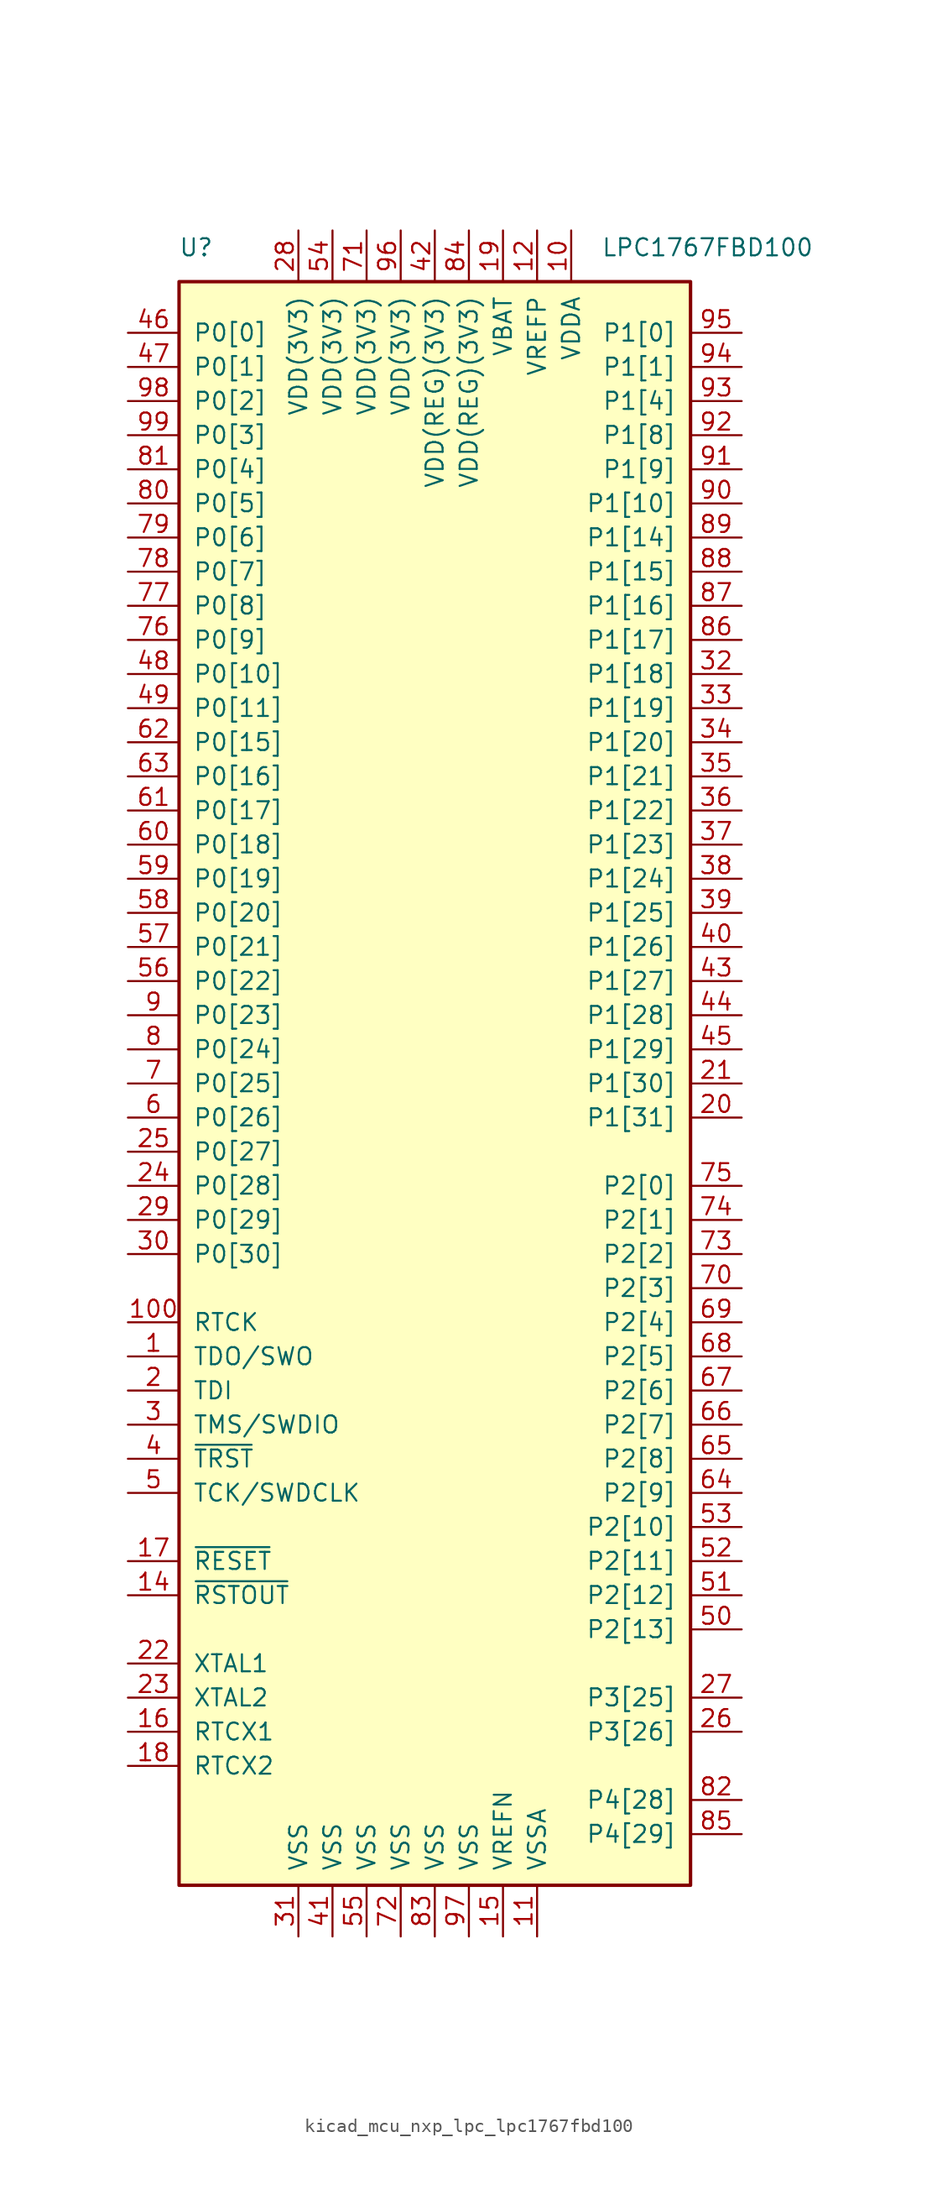
<source format=kicad_sym>
(kicad_symbol_lib
  (version 20220914)
  (generator kicad_symbol_editor)
  (symbol "kicad_mcu_nxp_lpc_lpc1767fbd100"
    (pin_names
      (offset 1.016))
    (property "Reference" "U"
      (at -17.78 62.23 0)
      (effects (font (size 1.27 1.27))))
    (property "Value" "LPC1767FBD100"
      (at 20.32 62.23 0)
      (effects (font (size 1.27 1.27))))
    (symbol "kicad_mcu_nxp_lpc_lpc1767fbd100_0_1"
      (rectangle (start -19.05 59.69) (end 19.05 -59.69) (stroke (width 0.254) (type default)) (fill (type background))))
    (symbol "kicad_mcu_nxp_lpc_lpc1767fbd100_1_1"
      (pin output line (at -22.86 -20.32 0) (length 3.81) (name "TDO/SWO" (effects (font (size 1.27 1.27)))) (number "1" (effects (font (size 1.27 1.27)))))
      (pin power_in line (at 10.16 63.5 270) (length 3.81) (name "VDDA" (effects (font (size 1.27 1.27)))) (number "10" (effects (font (size 1.27 1.27)))))
      (pin output line (at -22.86 -17.78 0) (length 3.81) (name "RTCK" (effects (font (size 1.27 1.27)))) (number "100" (effects (font (size 1.27 1.27)))))
      (pin power_in line (at 7.62 -63.5 90) (length 3.81) (name "VSSA" (effects (font (size 1.27 1.27)))) (number "11" (effects (font (size 1.27 1.27)))))
      (pin power_in line (at 7.62 63.5 270) (length 3.81) (name "VREFP" (effects (font (size 1.27 1.27)))) (number "12" (effects (font (size 1.27 1.27)))))
      (pin no_connect line (at -19.05 -55.88 0) (length 3.81) hide (name "NC" (effects (font (size 1.27 1.27)))) (number "13" (effects (font (size 1.27 1.27)))))
      (pin output line (at -22.86 -38.1 0) (length 3.81) (name "~{RSTOUT}" (effects (font (size 1.27 1.27)))) (number "14" (effects (font (size 1.27 1.27)))))
      (pin power_in line (at 5.08 -63.5 90) (length 3.81) (name "VREFN" (effects (font (size 1.27 1.27)))) (number "15" (effects (font (size 1.27 1.27)))))
      (pin input line (at -22.86 -48.26 0) (length 3.81) (name "RTCX1" (effects (font (size 1.27 1.27)))) (number "16" (effects (font (size 1.27 1.27)))))
      (pin input line (at -22.86 -35.56 0) (length 3.81) (name "~{RESET}" (effects (font (size 1.27 1.27)))) (number "17" (effects (font (size 1.27 1.27)))))
      (pin output line (at -22.86 -50.8 0) (length 3.81) (name "RTCX2" (effects (font (size 1.27 1.27)))) (number "18" (effects (font (size 1.27 1.27)))))
      (pin power_in line (at 5.08 63.5 270) (length 3.81) (name "VBAT" (effects (font (size 1.27 1.27)))) (number "19" (effects (font (size 1.27 1.27)))))
      (pin input line (at -22.86 -22.86 0) (length 3.81) (name "TDI" (effects (font (size 1.27 1.27)))) (number "2" (effects (font (size 1.27 1.27)))))
      (pin bidirectional line (at 22.86 -2.54 180) (length 3.81) (name "P1[31]" (effects (font (size 1.27 1.27)))) (number "20" (effects (font (size 1.27 1.27)))))
      (pin bidirectional line (at 22.86 0 180) (length 3.81) (name "P1[30]" (effects (font (size 1.27 1.27)))) (number "21" (effects (font (size 1.27 1.27)))))
      (pin input line (at -22.86 -43.18 0) (length 3.81) (name "XTAL1" (effects (font (size 1.27 1.27)))) (number "22" (effects (font (size 1.27 1.27)))))
      (pin output line (at -22.86 -45.72 0) (length 3.81) (name "XTAL2" (effects (font (size 1.27 1.27)))) (number "23" (effects (font (size 1.27 1.27)))))
      (pin bidirectional line (at -22.86 -7.62 0) (length 3.81) (name "P0[28]" (effects (font (size 1.27 1.27)))) (number "24" (effects (font (size 1.27 1.27)))))
      (pin bidirectional line (at -22.86 -5.08 0) (length 3.81) (name "P0[27]" (effects (font (size 1.27 1.27)))) (number "25" (effects (font (size 1.27 1.27)))))
      (pin bidirectional line (at 22.86 -48.26 180) (length 3.81) (name "P3[26]" (effects (font (size 1.27 1.27)))) (number "26" (effects (font (size 1.27 1.27)))))
      (pin bidirectional line (at 22.86 -45.72 180) (length 3.81) (name "P3[25]" (effects (font (size 1.27 1.27)))) (number "27" (effects (font (size 1.27 1.27)))))
      (pin power_in line (at -10.16 63.5 270) (length 3.81) (name "VDD(3V3)" (effects (font (size 1.27 1.27)))) (number "28" (effects (font (size 1.27 1.27)))))
      (pin bidirectional line (at -22.86 -10.16 0) (length 3.81) (name "P0[29]" (effects (font (size 1.27 1.27)))) (number "29" (effects (font (size 1.27 1.27)))))
      (pin bidirectional line (at -22.86 -25.4 0) (length 3.81) (name "TMS/SWDIO" (effects (font (size 1.27 1.27)))) (number "3" (effects (font (size 1.27 1.27)))))
      (pin bidirectional line (at -22.86 -12.7 0) (length 3.81) (name "P0[30]" (effects (font (size 1.27 1.27)))) (number "30" (effects (font (size 1.27 1.27)))))
      (pin power_in line (at -10.16 -63.5 90) (length 3.81) (name "VSS" (effects (font (size 1.27 1.27)))) (number "31" (effects (font (size 1.27 1.27)))))
      (pin bidirectional line (at 22.86 30.48 180) (length 3.81) (name "P1[18]" (effects (font (size 1.27 1.27)))) (number "32" (effects (font (size 1.27 1.27)))))
      (pin bidirectional line (at 22.86 27.94 180) (length 3.81) (name "P1[19]" (effects (font (size 1.27 1.27)))) (number "33" (effects (font (size 1.27 1.27)))))
      (pin bidirectional line (at 22.86 25.4 180) (length 3.81) (name "P1[20]" (effects (font (size 1.27 1.27)))) (number "34" (effects (font (size 1.27 1.27)))))
      (pin bidirectional line (at 22.86 22.86 180) (length 3.81) (name "P1[21]" (effects (font (size 1.27 1.27)))) (number "35" (effects (font (size 1.27 1.27)))))
      (pin bidirectional line (at 22.86 20.32 180) (length 3.81) (name "P1[22]" (effects (font (size 1.27 1.27)))) (number "36" (effects (font (size 1.27 1.27)))))
      (pin bidirectional line (at 22.86 17.78 180) (length 3.81) (name "P1[23]" (effects (font (size 1.27 1.27)))) (number "37" (effects (font (size 1.27 1.27)))))
      (pin bidirectional line (at 22.86 15.24 180) (length 3.81) (name "P1[24]" (effects (font (size 1.27 1.27)))) (number "38" (effects (font (size 1.27 1.27)))))
      (pin bidirectional line (at 22.86 12.7 180) (length 3.81) (name "P1[25]" (effects (font (size 1.27 1.27)))) (number "39" (effects (font (size 1.27 1.27)))))
      (pin input line (at -22.86 -27.94 0) (length 3.81) (name "~{TRST}" (effects (font (size 1.27 1.27)))) (number "4" (effects (font (size 1.27 1.27)))))
      (pin bidirectional line (at 22.86 10.16 180) (length 3.81) (name "P1[26]" (effects (font (size 1.27 1.27)))) (number "40" (effects (font (size 1.27 1.27)))))
      (pin power_in line (at -7.62 -63.5 90) (length 3.81) (name "VSS" (effects (font (size 1.27 1.27)))) (number "41" (effects (font (size 1.27 1.27)))))
      (pin power_in line (at 0 63.5 270) (length 3.81) (name "VDD(REG)(3V3)" (effects (font (size 1.27 1.27)))) (number "42" (effects (font (size 1.27 1.27)))))
      (pin bidirectional line (at 22.86 7.62 180) (length 3.81) (name "P1[27]" (effects (font (size 1.27 1.27)))) (number "43" (effects (font (size 1.27 1.27)))))
      (pin bidirectional line (at 22.86 5.08 180) (length 3.81) (name "P1[28]" (effects (font (size 1.27 1.27)))) (number "44" (effects (font (size 1.27 1.27)))))
      (pin bidirectional line (at 22.86 2.54 180) (length 3.81) (name "P1[29]" (effects (font (size 1.27 1.27)))) (number "45" (effects (font (size 1.27 1.27)))))
      (pin bidirectional line (at -22.86 55.88 0) (length 3.81) (name "P0[0]" (effects (font (size 1.27 1.27)))) (number "46" (effects (font (size 1.27 1.27)))))
      (pin bidirectional line (at -22.86 53.34 0) (length 3.81) (name "P0[1]" (effects (font (size 1.27 1.27)))) (number "47" (effects (font (size 1.27 1.27)))))
      (pin bidirectional line (at -22.86 30.48 0) (length 3.81) (name "P0[10]" (effects (font (size 1.27 1.27)))) (number "48" (effects (font (size 1.27 1.27)))))
      (pin bidirectional line (at -22.86 27.94 0) (length 3.81) (name "P0[11]" (effects (font (size 1.27 1.27)))) (number "49" (effects (font (size 1.27 1.27)))))
      (pin input line (at -22.86 -30.48 0) (length 3.81) (name "TCK/SWDCLK" (effects (font (size 1.27 1.27)))) (number "5" (effects (font (size 1.27 1.27)))))
      (pin bidirectional line (at 22.86 -40.64 180) (length 3.81) (name "P2[13]" (effects (font (size 1.27 1.27)))) (number "50" (effects (font (size 1.27 1.27)))))
      (pin bidirectional line (at 22.86 -38.1 180) (length 3.81) (name "P2[12]" (effects (font (size 1.27 1.27)))) (number "51" (effects (font (size 1.27 1.27)))))
      (pin bidirectional line (at 22.86 -35.56 180) (length 3.81) (name "P2[11]" (effects (font (size 1.27 1.27)))) (number "52" (effects (font (size 1.27 1.27)))))
      (pin bidirectional line (at 22.86 -33.02 180) (length 3.81) (name "P2[10]" (effects (font (size 1.27 1.27)))) (number "53" (effects (font (size 1.27 1.27)))))
      (pin power_in line (at -7.62 63.5 270) (length 3.81) (name "VDD(3V3)" (effects (font (size 1.27 1.27)))) (number "54" (effects (font (size 1.27 1.27)))))
      (pin power_in line (at -5.08 -63.5 90) (length 3.81) (name "VSS" (effects (font (size 1.27 1.27)))) (number "55" (effects (font (size 1.27 1.27)))))
      (pin bidirectional line (at -22.86 7.62 0) (length 3.81) (name "P0[22]" (effects (font (size 1.27 1.27)))) (number "56" (effects (font (size 1.27 1.27)))))
      (pin bidirectional line (at -22.86 10.16 0) (length 3.81) (name "P0[21]" (effects (font (size 1.27 1.27)))) (number "57" (effects (font (size 1.27 1.27)))))
      (pin bidirectional line (at -22.86 12.7 0) (length 3.81) (name "P0[20]" (effects (font (size 1.27 1.27)))) (number "58" (effects (font (size 1.27 1.27)))))
      (pin bidirectional line (at -22.86 15.24 0) (length 3.81) (name "P0[19]" (effects (font (size 1.27 1.27)))) (number "59" (effects (font (size 1.27 1.27)))))
      (pin bidirectional line (at -22.86 -2.54 0) (length 3.81) (name "P0[26]" (effects (font (size 1.27 1.27)))) (number "6" (effects (font (size 1.27 1.27)))))
      (pin bidirectional line (at -22.86 17.78 0) (length 3.81) (name "P0[18]" (effects (font (size 1.27 1.27)))) (number "60" (effects (font (size 1.27 1.27)))))
      (pin bidirectional line (at -22.86 20.32 0) (length 3.81) (name "P0[17]" (effects (font (size 1.27 1.27)))) (number "61" (effects (font (size 1.27 1.27)))))
      (pin bidirectional line (at -22.86 25.4 0) (length 3.81) (name "P0[15]" (effects (font (size 1.27 1.27)))) (number "62" (effects (font (size 1.27 1.27)))))
      (pin bidirectional line (at -22.86 22.86 0) (length 3.81) (name "P0[16]" (effects (font (size 1.27 1.27)))) (number "63" (effects (font (size 1.27 1.27)))))
      (pin bidirectional line (at 22.86 -30.48 180) (length 3.81) (name "P2[9]" (effects (font (size 1.27 1.27)))) (number "64" (effects (font (size 1.27 1.27)))))
      (pin bidirectional line (at 22.86 -27.94 180) (length 3.81) (name "P2[8]" (effects (font (size 1.27 1.27)))) (number "65" (effects (font (size 1.27 1.27)))))
      (pin bidirectional line (at 22.86 -25.4 180) (length 3.81) (name "P2[7]" (effects (font (size 1.27 1.27)))) (number "66" (effects (font (size 1.27 1.27)))))
      (pin bidirectional line (at 22.86 -22.86 180) (length 3.81) (name "P2[6]" (effects (font (size 1.27 1.27)))) (number "67" (effects (font (size 1.27 1.27)))))
      (pin bidirectional line (at 22.86 -20.32 180) (length 3.81) (name "P2[5]" (effects (font (size 1.27 1.27)))) (number "68" (effects (font (size 1.27 1.27)))))
      (pin bidirectional line (at 22.86 -17.78 180) (length 3.81) (name "P2[4]" (effects (font (size 1.27 1.27)))) (number "69" (effects (font (size 1.27 1.27)))))
      (pin bidirectional line (at -22.86 0 0) (length 3.81) (name "P0[25]" (effects (font (size 1.27 1.27)))) (number "7" (effects (font (size 1.27 1.27)))))
      (pin bidirectional line (at 22.86 -15.24 180) (length 3.81) (name "P2[3]" (effects (font (size 1.27 1.27)))) (number "70" (effects (font (size 1.27 1.27)))))
      (pin power_in line (at -5.08 63.5 270) (length 3.81) (name "VDD(3V3)" (effects (font (size 1.27 1.27)))) (number "71" (effects (font (size 1.27 1.27)))))
      (pin power_in line (at -2.54 -63.5 90) (length 3.81) (name "VSS" (effects (font (size 1.27 1.27)))) (number "72" (effects (font (size 1.27 1.27)))))
      (pin bidirectional line (at 22.86 -12.7 180) (length 3.81) (name "P2[2]" (effects (font (size 1.27 1.27)))) (number "73" (effects (font (size 1.27 1.27)))))
      (pin bidirectional line (at 22.86 -10.16 180) (length 3.81) (name "P2[1]" (effects (font (size 1.27 1.27)))) (number "74" (effects (font (size 1.27 1.27)))))
      (pin bidirectional line (at 22.86 -7.62 180) (length 3.81) (name "P2[0]" (effects (font (size 1.27 1.27)))) (number "75" (effects (font (size 1.27 1.27)))))
      (pin bidirectional line (at -22.86 33.02 0) (length 3.81) (name "P0[9]" (effects (font (size 1.27 1.27)))) (number "76" (effects (font (size 1.27 1.27)))))
      (pin bidirectional line (at -22.86 35.56 0) (length 3.81) (name "P0[8]" (effects (font (size 1.27 1.27)))) (number "77" (effects (font (size 1.27 1.27)))))
      (pin bidirectional line (at -22.86 38.1 0) (length 3.81) (name "P0[7]" (effects (font (size 1.27 1.27)))) (number "78" (effects (font (size 1.27 1.27)))))
      (pin bidirectional line (at -22.86 40.64 0) (length 3.81) (name "P0[6]" (effects (font (size 1.27 1.27)))) (number "79" (effects (font (size 1.27 1.27)))))
      (pin bidirectional line (at -22.86 2.54 0) (length 3.81) (name "P0[24]" (effects (font (size 1.27 1.27)))) (number "8" (effects (font (size 1.27 1.27)))))
      (pin bidirectional line (at -22.86 43.18 0) (length 3.81) (name "P0[5]" (effects (font (size 1.27 1.27)))) (number "80" (effects (font (size 1.27 1.27)))))
      (pin bidirectional line (at -22.86 45.72 0) (length 3.81) (name "P0[4]" (effects (font (size 1.27 1.27)))) (number "81" (effects (font (size 1.27 1.27)))))
      (pin bidirectional line (at 22.86 -53.34 180) (length 3.81) (name "P4[28]" (effects (font (size 1.27 1.27)))) (number "82" (effects (font (size 1.27 1.27)))))
      (pin power_in line (at 0 -63.5 90) (length 3.81) (name "VSS" (effects (font (size 1.27 1.27)))) (number "83" (effects (font (size 1.27 1.27)))))
      (pin power_in line (at 2.54 63.5 270) (length 3.81) (name "VDD(REG)(3V3)" (effects (font (size 1.27 1.27)))) (number "84" (effects (font (size 1.27 1.27)))))
      (pin bidirectional line (at 22.86 -55.88 180) (length 3.81) (name "P4[29]" (effects (font (size 1.27 1.27)))) (number "85" (effects (font (size 1.27 1.27)))))
      (pin bidirectional line (at 22.86 33.02 180) (length 3.81) (name "P1[17]" (effects (font (size 1.27 1.27)))) (number "86" (effects (font (size 1.27 1.27)))))
      (pin bidirectional line (at 22.86 35.56 180) (length 3.81) (name "P1[16]" (effects (font (size 1.27 1.27)))) (number "87" (effects (font (size 1.27 1.27)))))
      (pin bidirectional line (at 22.86 38.1 180) (length 3.81) (name "P1[15]" (effects (font (size 1.27 1.27)))) (number "88" (effects (font (size 1.27 1.27)))))
      (pin bidirectional line (at 22.86 40.64 180) (length 3.81) (name "P1[14]" (effects (font (size 1.27 1.27)))) (number "89" (effects (font (size 1.27 1.27)))))
      (pin bidirectional line (at -22.86 5.08 0) (length 3.81) (name "P0[23]" (effects (font (size 1.27 1.27)))) (number "9" (effects (font (size 1.27 1.27)))))
      (pin bidirectional line (at 22.86 43.18 180) (length 3.81) (name "P1[10]" (effects (font (size 1.27 1.27)))) (number "90" (effects (font (size 1.27 1.27)))))
      (pin bidirectional line (at 22.86 45.72 180) (length 3.81) (name "P1[9]" (effects (font (size 1.27 1.27)))) (number "91" (effects (font (size 1.27 1.27)))))
      (pin bidirectional line (at 22.86 48.26 180) (length 3.81) (name "P1[8]" (effects (font (size 1.27 1.27)))) (number "92" (effects (font (size 1.27 1.27)))))
      (pin bidirectional line (at 22.86 50.8 180) (length 3.81) (name "P1[4]" (effects (font (size 1.27 1.27)))) (number "93" (effects (font (size 1.27 1.27)))))
      (pin bidirectional line (at 22.86 53.34 180) (length 3.81) (name "P1[1]" (effects (font (size 1.27 1.27)))) (number "94" (effects (font (size 1.27 1.27)))))
      (pin bidirectional line (at 22.86 55.88 180) (length 3.81) (name "P1[0]" (effects (font (size 1.27 1.27)))) (number "95" (effects (font (size 1.27 1.27)))))
      (pin power_in line (at -2.54 63.5 270) (length 3.81) (name "VDD(3V3)" (effects (font (size 1.27 1.27)))) (number "96" (effects (font (size 1.27 1.27)))))
      (pin power_in line (at 2.54 -63.5 90) (length 3.81) (name "VSS" (effects (font (size 1.27 1.27)))) (number "97" (effects (font (size 1.27 1.27)))))
      (pin bidirectional line (at -22.86 50.8 0) (length 3.81) (name "P0[2]" (effects (font (size 1.27 1.27)))) (number "98" (effects (font (size 1.27 1.27)))))
      (pin bidirectional line (at -22.86 48.26 0) (length 3.81) (name "P0[3]" (effects (font (size 1.27 1.27)))) (number "99" (effects (font (size 1.27 1.27))))))))
</source>
